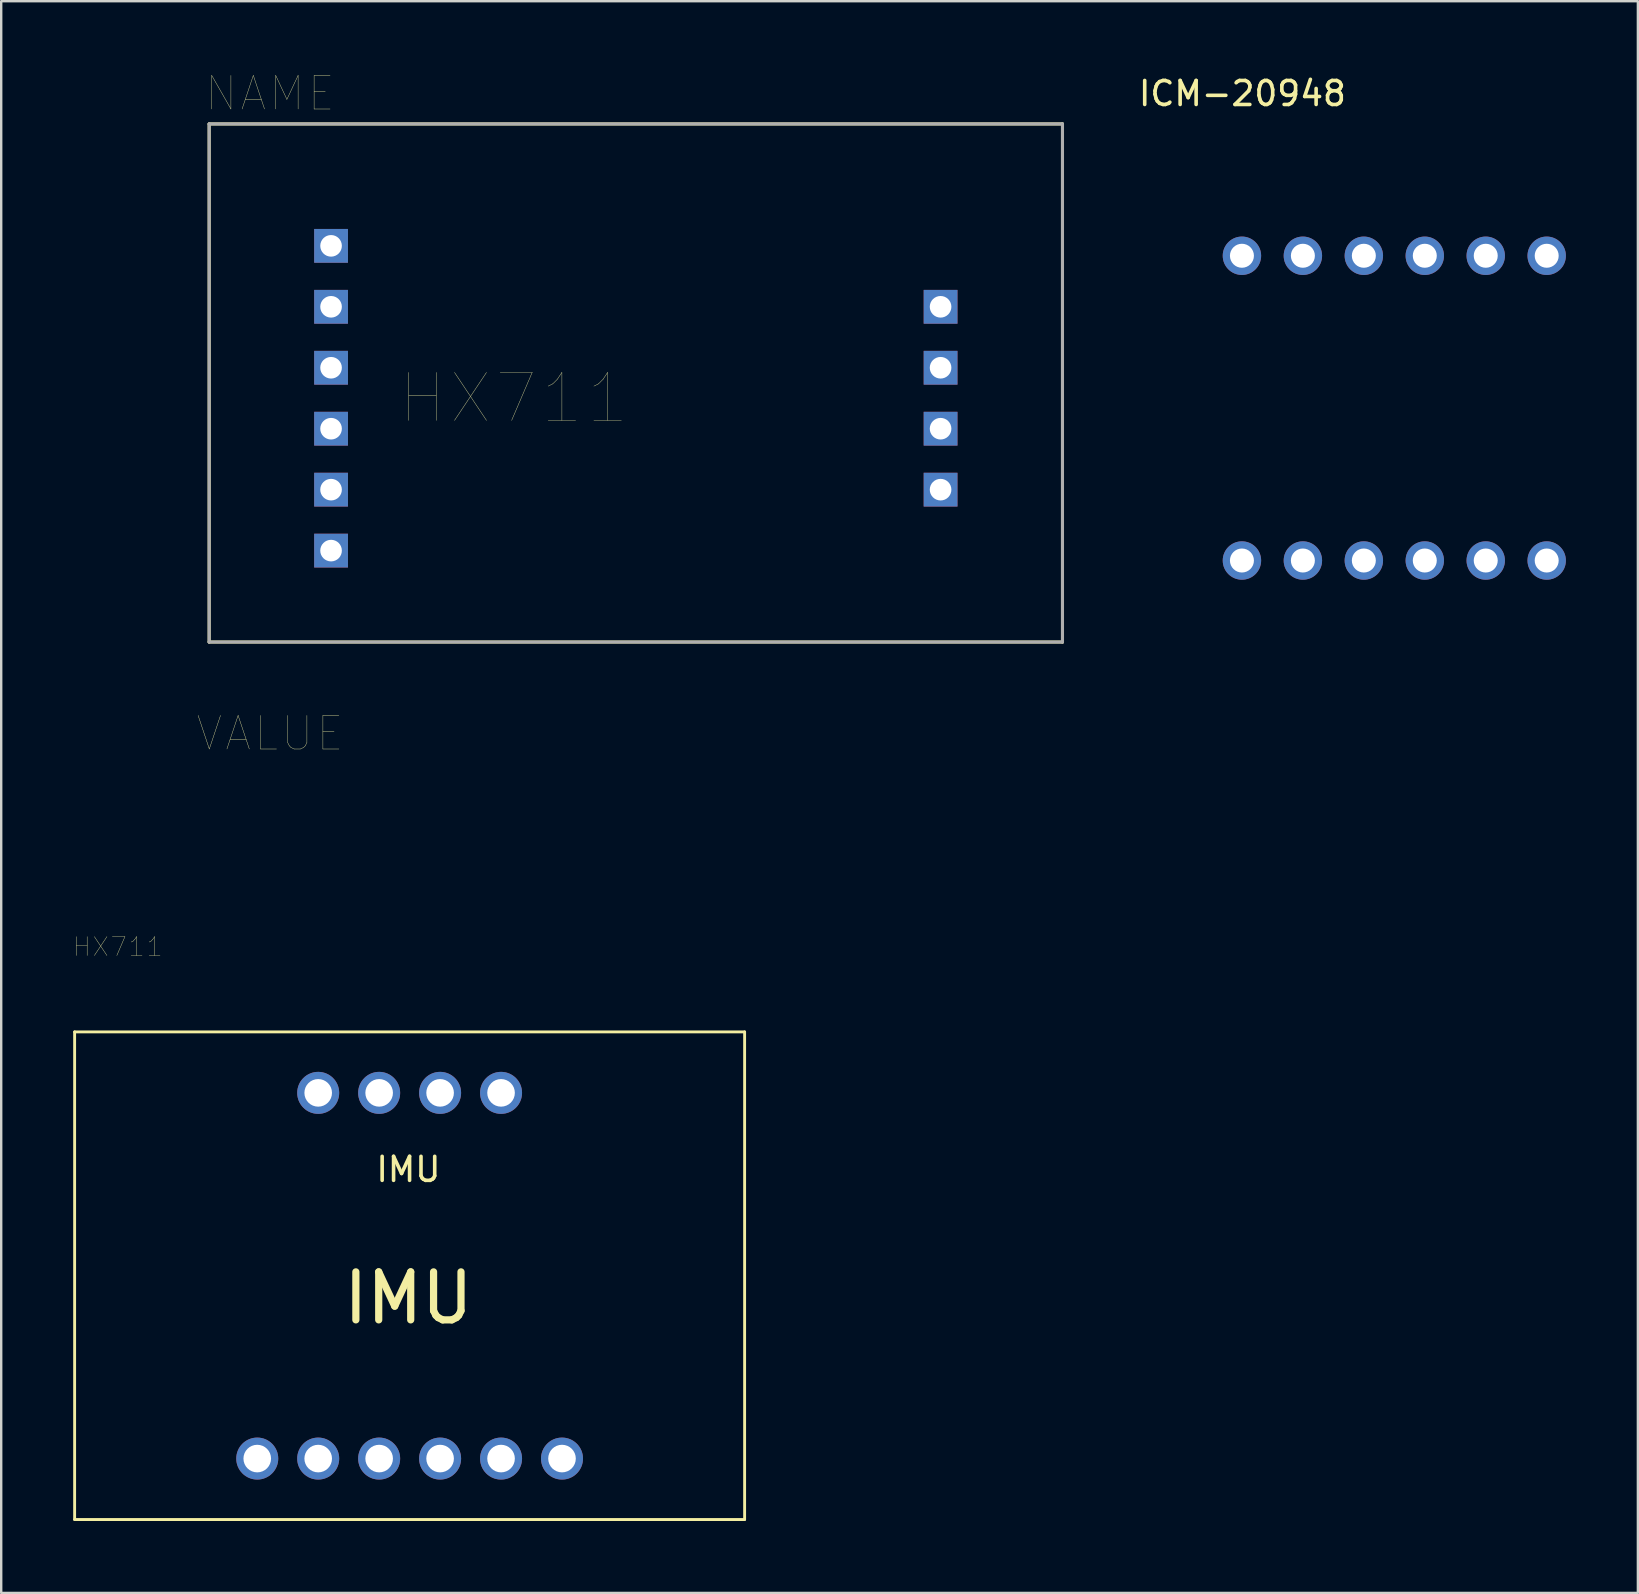
<source format=kicad_pcb>
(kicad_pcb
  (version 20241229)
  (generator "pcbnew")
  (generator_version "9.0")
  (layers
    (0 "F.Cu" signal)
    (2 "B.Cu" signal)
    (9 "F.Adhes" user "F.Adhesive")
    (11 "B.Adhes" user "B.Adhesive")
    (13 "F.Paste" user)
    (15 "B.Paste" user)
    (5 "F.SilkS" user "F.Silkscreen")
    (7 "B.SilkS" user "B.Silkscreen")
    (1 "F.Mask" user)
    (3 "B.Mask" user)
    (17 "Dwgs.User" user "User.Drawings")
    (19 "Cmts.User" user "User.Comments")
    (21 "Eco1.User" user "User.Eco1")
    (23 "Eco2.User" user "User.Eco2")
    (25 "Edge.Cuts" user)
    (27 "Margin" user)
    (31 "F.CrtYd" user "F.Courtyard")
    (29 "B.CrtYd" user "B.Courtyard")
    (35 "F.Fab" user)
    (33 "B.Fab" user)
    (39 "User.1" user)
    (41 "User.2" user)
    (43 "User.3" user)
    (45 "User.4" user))
  (footprint "ICM-20948"
    (layer "F.Cu")
    (at 48.704 7.608)
    (property "Reference" "ICM-20948" (at 0.02 -6.76 0) (layer "F.SilkS") (effects (font (size 1 1) (thickness 0.15))))
    (attr through_hole)
    (pad "1" thru_hole circle (at 0 12.7) (size 1.6 1.6) (drill 1) (layers "*.Cu" "*.Mask"))
    (pad "2" thru_hole circle (at 2.54 12.7) (size 1.6 1.6) (drill 1) (layers "*.Cu" "*.Mask"))
    (pad "3" thru_hole circle (at 5.08 12.7) (size 1.6 1.6) (drill 1) (layers "*.Cu" "*.Mask"))
    (pad "4" thru_hole circle (at 7.62 12.7) (size 1.6 1.6) (drill 1) (layers "*.Cu" "*.Mask"))
    (pad "5" thru_hole circle (at 10.16 12.7) (size 1.6 1.6) (drill 1) (layers "*.Cu" "*.Mask"))
    (pad "6" thru_hole circle (at 12.7 12.7) (size 1.6 1.6) (drill 1) (layers "*.Cu" "*.Mask"))
    (pad "7" thru_hole circle (at 0 0) (size 1.6 1.6) (drill 1) (layers "*.Cu" "*.Mask"))
    (pad "8" thru_hole circle (at 2.54 0) (size 1.6 1.6) (drill 1) (layers "*.Cu" "*.Mask"))
    (pad "9" thru_hole circle (at 5.08 0) (size 1.6 1.6) (drill 1) (layers "*.Cu" "*.Mask"))
    (pad "10" thru_hole circle (at 7.62 0) (size 1.6 1.6) (drill 1) (layers "*.Cu" "*.Mask"))
    (pad "11" thru_hole circle (at 10.16 0) (size 1.6 1.6) (drill 1) (layers "*.Cu" "*.Mask"))
    (pad "12" thru_hole circle (at 12.7 0) (size 1.6 1.6) (drill 1) (layers "*.Cu" "*.Mask")))
  (footprint "HX711"
    (layer "F.Cu")
    (at 1.856 36.405)
    (property "Reference" "HX711" (at 0 0 0) (layer "F.SilkS") (effects (font (size 0.787 0.787) (thickness 0.015))))
    (attr through_hole)
    (fp_line (start 3.81 -34.29) (end 39.37 -34.29) (stroke (width 0.127) (type solid)) (layer "F.SilkS"))
    (fp_line (start 3.81 -12.7) (end 3.81 -34.29) (stroke (width 0.127) (type solid)) (layer "F.SilkS"))
    (fp_line (start 39.37 -34.29) (end 39.37 -12.7) (stroke (width 0.127) (type solid)) (layer "F.SilkS"))
    (fp_line (start 39.37 -12.7) (end 3.81 -12.7) (stroke (width 0.127) (type solid)) (layer "F.SilkS"))
    (fp_line (start 3.81 -34.29) (end 39.37 -34.29) (stroke (width 0.127) (type solid)) (layer "F.Fab"))
    (fp_line (start 3.81 -12.7) (end 3.81 -34.29) (stroke (width 0.127) (type solid)) (layer "F.Fab"))
    (fp_line (start 39.37 -34.29) (end 39.37 -12.7) (stroke (width 0.127) (type solid)) (layer "F.Fab"))
    (fp_line (start 39.37 -12.7) (end 3.81 -12.7) (stroke (width 0.127) (type solid)) (layer "F.Fab"))
    (fp_text user "HX711" (at 16.51 -22.86 0) (layer "F.SilkS") (effects (font (size 2 2) (thickness 0.015))))
    (fp_text user "NAME" (at 6.35 -35.56 0) (layer "F.SilkS") (effects (font (size 1.4 1.4) (thickness 0.015))))
    (fp_text user "VALUE" (at 6.35 -8.89 0) (layer "F.SilkS") (effects (font (size 1.4 1.4) (thickness 0.015))))
    (pad "A" thru_hole rect (at 8.89 -24.13) (size 1.408 1.408) (drill 0.9) (layers "*.Cu" "*.Mask"))
    (pad "A+" thru_hole rect (at 8.89 -21.59) (size 1.408 1.408) (drill 0.9) (layers "*.Cu" "*.Mask"))
    (pad "B" thru_hole rect (at 8.89 -19.05) (size 1.408 1.408) (drill 0.9) (layers "*.Cu" "*.Mask"))
    (pad "B+" thru_hole rect (at 8.89 -16.51) (size 1.408 1.408) (drill 0.9) (layers "*.Cu" "*.Mask"))
    (pad "DT" thru_hole rect (at 34.29 -24.13) (size 1.408 1.408) (drill 0.9) (layers "*.Cu" "*.Mask"))
    (pad "E" thru_hole rect (at 8.89 -26.67) (size 1.408 1.408) (drill 0.9) (layers "*.Cu" "*.Mask"))
    (pad "E+" thru_hole rect (at 8.89 -29.21) (size 1.408 1.408) (drill 0.9) (layers "*.Cu" "*.Mask"))
    (pad "GND" thru_hole rect (at 34.29 -26.67) (size 1.408 1.408) (drill 0.9) (layers "*.Cu" "*.Mask"))
    (pad "SCK" thru_hole rect (at 34.29 -21.59) (size 1.408 1.408) (drill 0.9) (layers "*.Cu" "*.Mask"))
    (pad "VCC" thru_hole rect (at 34.29 -19.05) (size 1.408 1.408) (drill 0.9) (layers "*.Cu" "*.Mask")))
  (footprint "IMU"
    (layer "F.Cu")
    (at 7.67 57.732)
    (property "Reference" "IMU" (at 6.3 -12.05 0) (layer "F.SilkS") (effects (font (size 1 1) (thickness 0.15))))
    (attr through_hole)
    (fp_line (start -7.61 -17.78) (end 20.31 -17.78) (stroke (width 0.12) (type solid)) (layer "F.SilkS"))
    (fp_line (start -7.61 2.54) (end -7.61 -17.78) (stroke (width 0.12) (type solid)) (layer "F.SilkS"))
    (fp_line (start -7.61 2.54) (end 20.31 2.54) (stroke (width 0.12) (type solid)) (layer "F.SilkS"))
    (fp_line (start 20.31 2.54) (end 20.31 -17.78) (stroke (width 0.12) (type solid)) (layer "F.SilkS"))
    (fp_text user "IMU" (at 6.3 -6.69 0) (layer "F.SilkS") (effects (font (size 2 2) (thickness 0.3))))
    (pad "1" thru_hole circle (at 0 0) (size 1.75 1.75) (drill 1.15) (layers "*.Cu" "*.Mask"))
    (pad "2" thru_hole circle (at 2.54 0) (size 1.75 1.75) (drill 1.15) (layers "*.Cu" "*.Mask"))
    (pad "3" thru_hole circle (at 5.08 0) (size 1.75 1.75) (drill 1.15) (layers "*.Cu" "*.Mask"))
    (pad "4" thru_hole circle (at 7.62 0) (size 1.75 1.75) (drill 1.15) (layers "*.Cu" "*.Mask"))
    (pad "5" thru_hole circle (at 10.16 0) (size 1.75 1.75) (drill 1.15) (layers "*.Cu" "*.Mask"))
    (pad "6" thru_hole circle (at 12.7 0) (size 1.75 1.75) (drill 1.15) (layers "*.Cu" "*.Mask"))
    (pad "7" thru_hole circle (at 2.54 -15.24) (size 1.75 1.75) (drill 1.15) (layers "*.Cu" "*.Mask"))
    (pad "8" thru_hole circle (at 5.08 -15.24) (size 1.75 1.75) (drill 1.15) (layers "*.Cu" "*.Mask"))
    (pad "9" thru_hole circle (at 7.62 -15.24) (size 1.75 1.75) (drill 1.15) (layers "*.Cu" "*.Mask"))
    (pad "10" thru_hole circle (at 10.16 -15.24) (size 1.75 1.75) (drill 1.15) (layers "*.Cu" "*.Mask")))
  (gr_rect
    (start -3 -3)
    (end 65.204 63.332)
    (stroke (width 0.1) (type default))
    (fill no)
    (layer "Edge.Cuts")))
</source>
